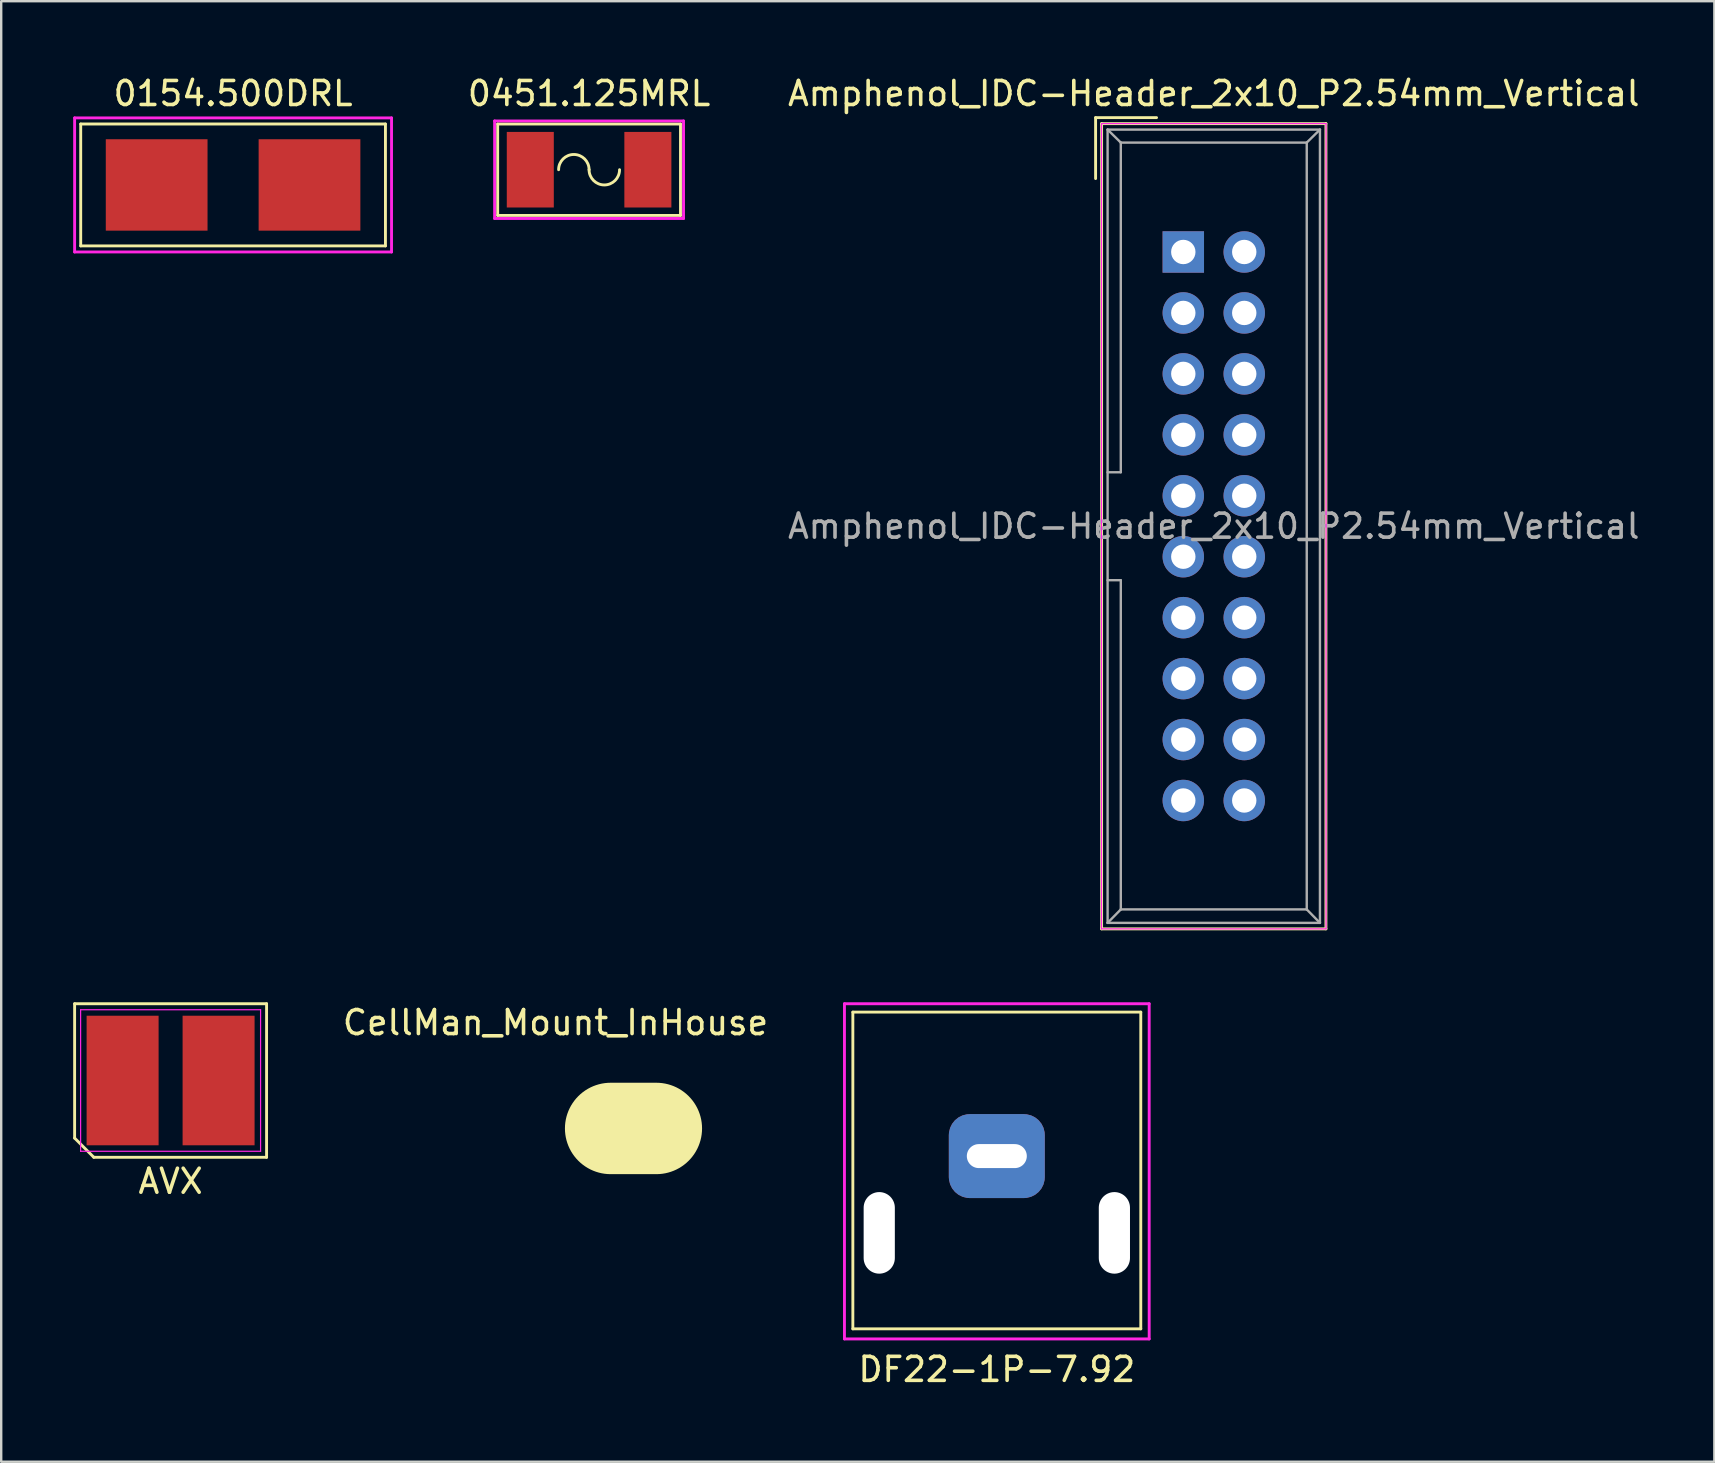
<source format=kicad_pcb>
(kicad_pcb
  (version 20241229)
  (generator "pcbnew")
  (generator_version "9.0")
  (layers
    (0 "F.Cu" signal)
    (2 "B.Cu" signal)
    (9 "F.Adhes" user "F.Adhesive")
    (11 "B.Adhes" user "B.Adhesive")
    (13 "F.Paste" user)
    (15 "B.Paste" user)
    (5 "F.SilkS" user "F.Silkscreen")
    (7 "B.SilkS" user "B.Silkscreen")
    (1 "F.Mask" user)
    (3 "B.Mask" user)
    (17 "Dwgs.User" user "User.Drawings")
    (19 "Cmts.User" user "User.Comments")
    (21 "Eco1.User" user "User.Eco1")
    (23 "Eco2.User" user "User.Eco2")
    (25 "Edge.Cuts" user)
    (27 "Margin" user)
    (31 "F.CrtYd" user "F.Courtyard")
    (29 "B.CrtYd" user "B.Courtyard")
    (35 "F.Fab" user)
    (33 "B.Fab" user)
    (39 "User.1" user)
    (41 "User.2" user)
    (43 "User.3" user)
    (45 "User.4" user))
  (footprint "0451.125MRL"
    (layer "F.Cu")
    (at 21.501 4.023)
    (property "Reference" "0451.125MRL" (at 0 -3.175 0) (layer "F.SilkS") (effects (font (size 1 1) (thickness 0.15))))
    (attr through_hole)
    (fp_line (start -3.81 -1.905) (end 3.81 -1.905) (stroke (width 0.12) (type solid)) (layer "F.SilkS"))
    (fp_line (start -3.81 1.905) (end -3.81 -1.905) (stroke (width 0.12) (type solid)) (layer "F.SilkS"))
    (fp_line (start 3.81 -1.905) (end 3.81 1.905) (stroke (width 0.12) (type solid)) (layer "F.SilkS"))
    (fp_line (start 3.81 1.905) (end -3.81 1.905) (stroke (width 0.12) (type solid)) (layer "F.SilkS"))
    (fp_arc (start -1.27 0) (mid -0.635 -0.635) (end 0 0) (stroke (width 0.12) (type solid)) (layer "F.SilkS"))
    (fp_arc (start 1.27 0) (mid 0.635 0.635) (end 0 0) (stroke (width 0.12) (type solid)) (layer "F.SilkS"))
    (fp_line (start -3.937 -2.032) (end 3.937 -2.032) (stroke (width 0.12) (type solid)) (layer "F.CrtYd"))
    (fp_line (start -3.937 2.032) (end -3.937 -2.032) (stroke (width 0.12) (type solid)) (layer "F.CrtYd"))
    (fp_line (start 3.937 -2.032) (end 3.937 2.032) (stroke (width 0.12) (type solid)) (layer "F.CrtYd"))
    (fp_line (start 3.937 2.032) (end -3.937 2.032) (stroke (width 0.12) (type solid)) (layer "F.CrtYd"))
    (pad "1" smd rect (at -2.45 0) (size 1.96 3.15) (layers "F.Cu" "F.Mask" "F.Paste"))
    (pad "2" smd rect (at 2.45 0) (size 1.96 3.15) (layers "F.Cu" "F.Mask" "F.Paste")))
  (footprint "0154.500DRL"
    (layer "F.Cu")
    (at 6.664 4.658)
    (property "Reference" "0154.500DRL" (at 0 -3.81 0) (layer "F.SilkS") (effects (font (size 1 1) (thickness 0.15))))
    (attr through_hole)
    (fp_line (start -6.35 -2.54) (end -6.35 2.54) (stroke (width 0.12) (type solid)) (layer "F.SilkS"))
    (fp_line (start -6.35 2.54) (end 6.35 2.54) (stroke (width 0.12) (type solid)) (layer "F.SilkS"))
    (fp_line (start 6.35 -2.54) (end -6.35 -2.54) (stroke (width 0.12) (type solid)) (layer "F.SilkS"))
    (fp_line (start 6.35 2.54) (end 6.35 -2.54) (stroke (width 0.12) (type solid)) (layer "F.SilkS"))
    (fp_line (start -6.604 -2.794) (end -6.604 2.794) (stroke (width 0.12) (type solid)) (layer "F.CrtYd"))
    (fp_line (start -6.604 2.794) (end 6.604 2.794) (stroke (width 0.12) (type solid)) (layer "F.CrtYd"))
    (fp_line (start 6.604 -2.794) (end -6.604 -2.794) (stroke (width 0.12) (type solid)) (layer "F.CrtYd"))
    (fp_line (start 6.604 2.794) (end 6.604 -2.794) (stroke (width 0.12) (type solid)) (layer "F.CrtYd"))
    (pad "1" smd rect (at -3.185 0) (size 4.24 3.81) (layers "F.Cu" "F.Mask" "F.Paste"))
    (pad "2" smd rect (at 3.185 0) (size 4.24 3.81) (layers "F.Cu" "F.Mask" "F.Paste")))
  (footprint "DF22-1P-7.92"
    (layer "F.Cu")
    (at 38.494 45.132)
    (property "Reference" "DF22-1P-7.92" (at 0 8.89 0) (layer "F.SilkS") (effects (font (size 1 1) (thickness 0.15))))
    (attr through_hole)
    (fp_line (start -6 -6) (end -6 7.2) (stroke (width 0.12) (type solid)) (layer "F.SilkS"))
    (fp_line (start -6 -6) (end 6 -6) (stroke (width 0.12) (type solid)) (layer "F.SilkS"))
    (fp_line (start -6 7.2) (end 6 7.2) (stroke (width 0.12) (type solid)) (layer "F.SilkS"))
    (fp_line (start 6 -6) (end 6 7.2) (stroke (width 0.12) (type solid)) (layer "F.SilkS"))
    (fp_line (start -6.35 -6.35) (end 6.35 -6.35) (stroke (width 0.12) (type solid)) (layer "F.CrtYd"))
    (fp_line (start -6.35 7.62) (end -6.35 -6.35) (stroke (width 0.12) (type solid)) (layer "F.CrtYd"))
    (fp_line (start -6.35 7.62) (end 6.35 7.62) (stroke (width 0.12) (type solid)) (layer "F.CrtYd"))
    (fp_line (start 6.35 -6.35) (end 6.35 7.62) (stroke (width 0.12) (type solid)) (layer "F.CrtYd"))
    (pad "" np_thru_hole oval (at -4.9 3.2) (size 1.3 3.4) (drill oval 1.3 3.4) (layers "*.Cu" "*.Mask"))
    (pad "" np_thru_hole oval (at 4.9 3.2) (size 1.3 3.4) (drill oval 1.3 3.4) (layers "*.Cu" "*.Mask"))
    (pad "1" thru_hole roundrect (at 0 0) (size 4 3.5) (drill oval 2.5 1) (layers "*.Cu" "*.Mask") (roundrect_rratio 0.25)))
  (footprint "AVX"
    (layer "F.Cu")
    (at 4.06 41.982)
    (property "Reference" "AVX" (at 0 4.2 0) (layer "F.SilkS") (effects (font (size 1 1) (thickness 0.15))))
    (attr smd)
    (fp_line (start -4 -3.2) (end 4 -3.2) (stroke (width 0.12) (type solid)) (layer "F.SilkS"))
    (fp_line (start -4 2.4) (end -4 -3.2) (stroke (width 0.12) (type solid)) (layer "F.SilkS"))
    (fp_line (start -3.2 3.2) (end -4 2.4) (stroke (width 0.12) (type solid)) (layer "F.SilkS"))
    (fp_line (start 4 -3.2) (end 4 3.2) (stroke (width 0.12) (type solid)) (layer "F.SilkS"))
    (fp_line (start 4 3.2) (end -3.2 3.2) (stroke (width 0.12) (type solid)) (layer "F.SilkS"))
    (fp_line (start -3.75 -2.95) (end 3.75 -2.95) (stroke (width 0.05) (type solid)) (layer "F.CrtYd"))
    (fp_line (start -3.75 2.95) (end -3.75 -2.95) (stroke (width 0.05) (type solid)) (layer "F.CrtYd"))
    (fp_line (start 3.75 -2.95) (end 3.75 2.95) (stroke (width 0.05) (type solid)) (layer "F.CrtYd"))
    (fp_line (start 3.75 2.95) (end -3.75 2.95) (stroke (width 0.05) (type solid)) (layer "F.CrtYd"))
    (pad "1" smd rect (at -2 0) (size 3 5.4) (layers "F.Cu" "F.Mask" "F.Paste"))
    (pad "2" smd rect (at 2 0) (size 3 5.4) (layers "F.Cu" "F.Mask" "F.Paste")))
  (footprint "Amphenol_IDC-Header_2x10_P2.54mm_Vertical"
    (layer "F.Cu")
    (at 46.266 7.452)
    (property "Reference" "Amphenol_IDC-Header_2x10_P2.54mm_Vertical" (at 1.27 -6.604 0) (layer "F.SilkS") (effects (font (size 1 1) (thickness 0.15))))
    (attr through_hole)
    (fp_line (start -3.655 -5.6) (end -3.655 -3.06) (stroke (width 0.12) (type solid)) (layer "F.SilkS"))
    (fp_line (start -3.655 -5.6) (end -1.115 -5.6) (stroke (width 0.12) (type solid)) (layer "F.SilkS"))
    (fp_line (start -3.405 -5.35) (end 5.945 -5.35) (stroke (width 0.12) (type solid)) (layer "F.SilkS"))
    (fp_line (start -3.405 28.21) (end -3.405 -5.35) (stroke (width 0.12) (type solid)) (layer "F.SilkS"))
    (fp_line (start 5.945 -5.35) (end 5.945 28.21) (stroke (width 0.12) (type solid)) (layer "F.SilkS"))
    (fp_line (start 5.945 28.21) (end -3.405 28.21) (stroke (width 0.12) (type solid)) (layer "F.SilkS"))
    (fp_line (start -3.41 -5.35) (end 5.95 -5.35) (stroke (width 0.05) (type solid)) (layer "F.CrtYd"))
    (fp_line (start -3.41 28.21) (end -3.41 -5.35) (stroke (width 0.05) (type solid)) (layer "F.CrtYd"))
    (fp_line (start 5.95 -5.35) (end 5.95 28.21) (stroke (width 0.05) (type solid)) (layer "F.CrtYd"))
    (fp_line (start 5.95 28.21) (end -3.41 28.21) (stroke (width 0.05) (type solid)) (layer "F.CrtYd"))
    (fp_line (start -3.155 -5.1) (end -3.155 27.96) (stroke (width 0.1) (type solid)) (layer "F.Fab"))
    (fp_line (start -3.155 -5.1) (end -2.605 -4.56) (stroke (width 0.1) (type solid)) (layer "F.Fab"))
    (fp_line (start -3.155 27.96) (end -2.605 27.4) (stroke (width 0.1) (type solid)) (layer "F.Fab"))
    (fp_line (start -2.605 -4.56) (end -2.605 9.18) (stroke (width 0.1) (type solid)) (layer "F.Fab"))
    (fp_line (start -2.605 9.18) (end -3.155 9.18) (stroke (width 0.1) (type solid)) (layer "F.Fab"))
    (fp_line (start -2.605 13.68) (end -3.155 13.68) (stroke (width 0.1) (type solid)) (layer "F.Fab"))
    (fp_line (start -2.605 13.68) (end -2.605 27.4) (stroke (width 0.1) (type solid)) (layer "F.Fab"))
    (fp_line (start 5.145 -4.56) (end -2.605 -4.56) (stroke (width 0.1) (type solid)) (layer "F.Fab"))
    (fp_line (start 5.145 -4.56) (end 5.145 27.4) (stroke (width 0.1) (type solid)) (layer "F.Fab"))
    (fp_line (start 5.145 27.4) (end -2.605 27.4) (stroke (width 0.1) (type solid)) (layer "F.Fab"))
    (fp_line (start 5.695 -5.1) (end -3.155 -5.1) (stroke (width 0.1) (type solid)) (layer "F.Fab"))
    (fp_line (start 5.695 -5.1) (end 5.145 -4.56) (stroke (width 0.1) (type solid)) (layer "F.Fab"))
    (fp_line (start 5.695 -5.1) (end 5.695 27.96) (stroke (width 0.1) (type solid)) (layer "F.Fab"))
    (fp_line (start 5.695 27.96) (end -3.155 27.96) (stroke (width 0.1) (type solid)) (layer "F.Fab"))
    (fp_line (start 5.695 27.96) (end 5.145 27.4) (stroke (width 0.1) (type solid)) (layer "F.Fab"))
    (fp_text user "${REFERENCE}" (at 1.27 11.43 0) (layer "F.Fab") (effects (font (size 1 1) (thickness 0.15))))
    (pad "1" thru_hole rect (at 0 0) (size 1.727 1.727) (drill 1.016) (layers "*.Cu" "*.Mask"))
    (pad "2" thru_hole oval (at 2.54 0) (size 1.727 1.727) (drill 1.016) (layers "*.Cu" "*.Mask"))
    (pad "3" thru_hole oval (at 0 2.54) (size 1.727 1.727) (drill 1.016) (layers "*.Cu" "*.Mask"))
    (pad "4" thru_hole oval (at 2.54 2.54) (size 1.727 1.727) (drill 1.016) (layers "*.Cu" "*.Mask"))
    (pad "5" thru_hole oval (at 0 5.08) (size 1.727 1.727) (drill 1.016) (layers "*.Cu" "*.Mask"))
    (pad "6" thru_hole oval (at 2.54 5.08) (size 1.727 1.727) (drill 1.016) (layers "*.Cu" "*.Mask"))
    (pad "7" thru_hole oval (at 0 7.62) (size 1.727 1.727) (drill 1.016) (layers "*.Cu" "*.Mask"))
    (pad "8" thru_hole oval (at 2.54 7.62) (size 1.727 1.727) (drill 1.016) (layers "*.Cu" "*.Mask"))
    (pad "9" thru_hole oval (at 0 10.16) (size 1.727 1.727) (drill 1.016) (layers "*.Cu" "*.Mask"))
    (pad "10" thru_hole oval (at 2.54 10.16) (size 1.727 1.727) (drill 1.016) (layers "*.Cu" "*.Mask"))
    (pad "11" thru_hole oval (at 0 12.7) (size 1.727 1.727) (drill 1.016) (layers "*.Cu" "*.Mask"))
    (pad "12" thru_hole oval (at 2.54 12.7) (size 1.727 1.727) (drill 1.016) (layers "*.Cu" "*.Mask"))
    (pad "13" thru_hole oval (at 0 15.24) (size 1.727 1.727) (drill 1.016) (layers "*.Cu" "*.Mask"))
    (pad "14" thru_hole oval (at 2.54 15.24) (size 1.727 1.727) (drill 1.016) (layers "*.Cu" "*.Mask"))
    (pad "15" thru_hole oval (at 0 17.78) (size 1.727 1.727) (drill 1.016) (layers "*.Cu" "*.Mask"))
    (pad "16" thru_hole oval (at 2.54 17.78) (size 1.727 1.727) (drill 1.016) (layers "*.Cu" "*.Mask"))
    (pad "17" thru_hole oval (at 0 20.32) (size 1.727 1.727) (drill 1.016) (layers "*.Cu" "*.Mask"))
    (pad "18" thru_hole oval (at 2.54 20.32) (size 1.727 1.727) (drill 1.016) (layers "*.Cu" "*.Mask"))
    (pad "19" thru_hole oval (at 0 22.86) (size 1.727 1.727) (drill 1.016) (layers "*.Cu" "*.Mask"))
    (pad "20" thru_hole oval (at 2.54 22.86) (size 1.727 1.727) (drill 1.016) (layers "*.Cu" "*.Mask")))
  (footprint "CellMan_Mount_InHouse"
    (layer "F.Cu")
    (at 23.352 43.98)
    (property "Reference" "CellMan_Mount_InHouse" (at -3.25 -4.41 0) (layer "F.SilkS") (effects (font (size 1 1) (thickness 0.15))))
    (attr through_hole)
    (pad "" smd oval (at 0 0 90) (size 3.81 5.715) (layers "F.SilkS"))
    (pad "" smd oval (at 0 0 90) (size 6.35 8.255) (layers "F.Mask"))
    (pad "1" smd oval (at 0 0 90) (size 2.794 4.674) (layers "F.Cu" "F.Paste")))
  (gr_rect
    (start -3 -3)
    (end 68.399 57.87)
    (stroke (width 0.1) (type default))
    (fill no)
    (layer "Edge.Cuts")))
</source>
